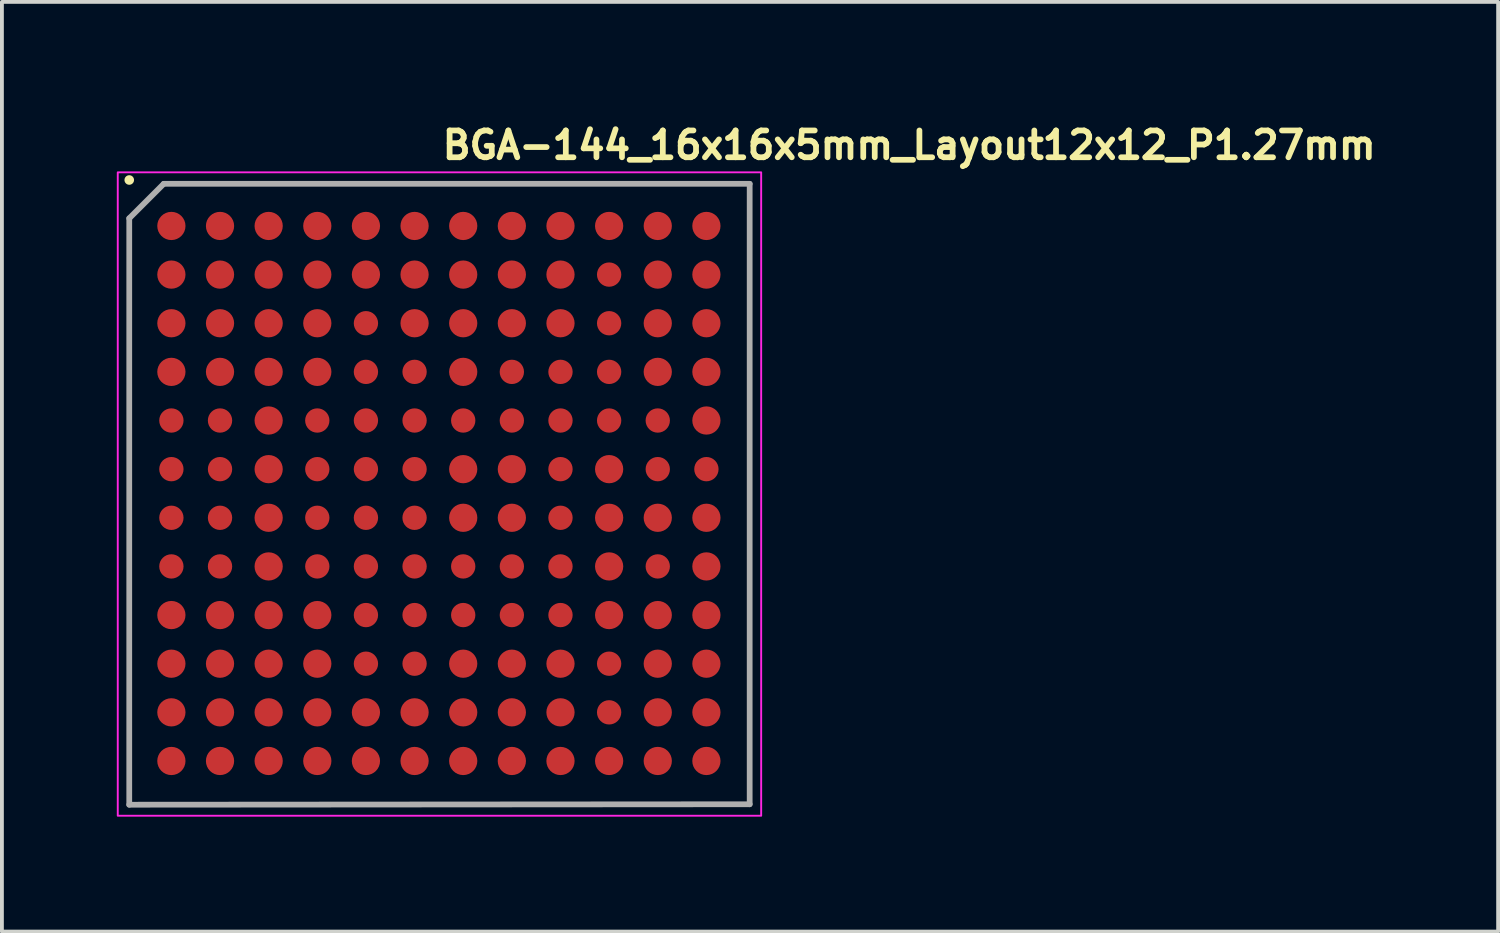
<source format=kicad_pcb>
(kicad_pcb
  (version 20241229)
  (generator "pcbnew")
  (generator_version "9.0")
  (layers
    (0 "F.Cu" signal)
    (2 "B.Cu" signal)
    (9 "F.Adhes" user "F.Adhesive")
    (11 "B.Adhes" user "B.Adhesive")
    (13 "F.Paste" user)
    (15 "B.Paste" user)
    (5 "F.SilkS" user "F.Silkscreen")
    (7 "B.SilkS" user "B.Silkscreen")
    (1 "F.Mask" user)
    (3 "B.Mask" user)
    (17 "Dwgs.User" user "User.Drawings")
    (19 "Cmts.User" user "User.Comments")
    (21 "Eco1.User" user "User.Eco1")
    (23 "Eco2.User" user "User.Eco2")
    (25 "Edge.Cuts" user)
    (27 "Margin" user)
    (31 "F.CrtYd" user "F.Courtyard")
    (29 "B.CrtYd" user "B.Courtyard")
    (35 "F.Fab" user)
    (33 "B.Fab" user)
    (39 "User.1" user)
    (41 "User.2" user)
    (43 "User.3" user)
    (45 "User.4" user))
  (footprint "BGA-144_16x16x5mm_Layout12x12_P1.27mm"
    (layer "F.Cu")
    (at 8.425 9.85)
    (property "Reference" "BGA-144_16x16x5mm_Layout12x12_P1.27mm" (at 0 -8.7 0) (unlocked yes) (layer "F.SilkS") (effects (font (size 0.7 0.7) (thickness 0.15)) (justify left bottom)))
    (attr smd)
    (fp_circle (center -8.1 -8.2) (end -8.1 -8.15) (stroke (width 0.15) (type solid)) (fill yes) (layer "F.SilkS"))
    (fp_rect (start -8.4 -8.4) (end 8.4 8.4) (stroke (width 0.05) (type solid)) (fill no) (layer "F.CrtYd"))
    (fp_line (start -8.1 -7.2) (end -7.2 -8.1) (stroke (width 0.15) (type solid)) (layer "F.Fab"))
    (fp_line (start -8.1 8.112) (end -8.1 -7.2) (stroke (width 0.15) (type solid)) (layer "F.Fab"))
    (fp_line (start -8.1 8.112) (end 8.1 8.1) (stroke (width 0.15) (type solid)) (layer "F.Fab"))
    (fp_line (start -7.2 -8.1) (end 8.1 -8.1) (stroke (width 0.15) (type solid)) (layer "F.Fab"))
    (fp_line (start 8.1 8.1) (end 8.1 -8.1) (stroke (width 0.15) (type solid)) (layer "F.Fab"))
    (fp_rect (start -8.001 -8.001) (end 8.001 8.001) (stroke (width 0.1) (type solid)) (fill no) (layer "User.5"))
    (fp_line (start -8.001 -8.001) (end -8.001 8.001) (stroke (width 0.02) (type solid)) (layer "User.9"))
    (fp_line (start -8.001 8.001) (end 8.001 8.001) (stroke (width 0.02) (type solid)) (layer "User.9"))
    (fp_line (start -6.801 -6.422) (end -6.801 -6.401) (stroke (width 0.02) (type solid)) (layer "User.9"))
    (fp_line (start -6.801 -6.401) (end -6.801 -6.401) (stroke (width 0.02) (type solid)) (layer "User.9"))
    (fp_line (start -6.801 -6.401) (end -6.801 -6.38) (stroke (width 0.02) (type solid)) (layer "User.9"))
    (fp_line (start -6.801 -6.38) (end -6.799 -6.36) (stroke (width 0.02) (type solid)) (layer "User.9"))
    (fp_line (start -6.799 -6.442) (end -6.801 -6.422) (stroke (width 0.02) (type solid)) (layer "User.9"))
    (fp_line (start -6.799 -6.36) (end -6.796 -6.34) (stroke (width 0.02) (type solid)) (layer "User.9"))
    (fp_line (start -6.796 -6.462) (end -6.799 -6.442) (stroke (width 0.02) (type solid)) (layer "User.9"))
    (fp_line (start -6.796 -6.34) (end -6.793 -6.32) (stroke (width 0.02) (type solid)) (layer "User.9"))
    (fp_line (start -6.793 -6.482) (end -6.796 -6.462) (stroke (width 0.02) (type solid)) (layer "User.9"))
    (fp_line (start -6.793 -6.32) (end -6.788 -6.301) (stroke (width 0.02) (type solid)) (layer "User.9"))
    (fp_line (start -6.788 -6.501) (end -6.793 -6.482) (stroke (width 0.02) (type solid)) (layer "User.9"))
    (fp_line (start -6.788 -6.301) (end -6.783 -6.282) (stroke (width 0.02) (type solid)) (layer "User.9"))
    (fp_line (start -6.783 -6.52) (end -6.788 -6.501) (stroke (width 0.02) (type solid)) (layer "User.9"))
    (fp_line (start -6.783 -6.282) (end -6.777 -6.263) (stroke (width 0.02) (type solid)) (layer "User.9"))
    (fp_line (start -6.777 -6.539) (end -6.783 -6.52) (stroke (width 0.02) (type solid)) (layer "User.9"))
    (fp_line (start -6.777 -6.263) (end -6.77 -6.245) (stroke (width 0.02) (type solid)) (layer "User.9"))
    (fp_line (start -6.77 -6.557) (end -6.777 -6.539) (stroke (width 0.02) (type solid)) (layer "User.9"))
    (fp_line (start -6.77 -6.245) (end -6.762 -6.228) (stroke (width 0.02) (type solid)) (layer "User.9"))
    (fp_line (start -6.762 -6.574) (end -6.77 -6.557) (stroke (width 0.02) (type solid)) (layer "User.9"))
    (fp_line (start -6.762 -6.228) (end -6.753 -6.21) (stroke (width 0.02) (type solid)) (layer "User.9"))
    (fp_line (start -6.753 -6.592) (end -6.762 -6.574) (stroke (width 0.02) (type solid)) (layer "User.9"))
    (fp_line (start -6.753 -6.21) (end -6.743 -6.194) (stroke (width 0.02) (type solid)) (layer "User.9"))
    (fp_line (start -6.743 -6.608) (end -6.753 -6.592) (stroke (width 0.02) (type solid)) (layer "User.9"))
    (fp_line (start -6.743 -6.194) (end -6.733 -6.177) (stroke (width 0.02) (type solid)) (layer "User.9"))
    (fp_line (start -6.733 -6.625) (end -6.743 -6.608) (stroke (width 0.02) (type solid)) (layer "User.9"))
    (fp_line (start -6.733 -6.177) (end -6.722 -6.162) (stroke (width 0.02) (type solid)) (layer "User.9"))
    (fp_line (start -6.722 -6.64) (end -6.733 -6.625) (stroke (width 0.02) (type solid)) (layer "User.9"))
    (fp_line (start -6.722 -6.162) (end -6.71 -6.147) (stroke (width 0.02) (type solid)) (layer "User.9"))
    (fp_line (start -6.71 -6.655) (end -6.722 -6.64) (stroke (width 0.02) (type solid)) (layer "User.9"))
    (fp_line (start -6.71 -6.147) (end -6.697 -6.132) (stroke (width 0.02) (type solid)) (layer "User.9"))
    (fp_line (start -6.697 -6.67) (end -6.71 -6.655) (stroke (width 0.02) (type solid)) (layer "User.9"))
    (fp_line (start -6.697 -6.132) (end -6.684 -6.118) (stroke (width 0.02) (type solid)) (layer "User.9"))
    (fp_line (start -6.684 -6.684) (end -6.697 -6.67) (stroke (width 0.02) (type solid)) (layer "User.9"))
    (fp_line (start -6.684 -6.118) (end -6.67 -6.105) (stroke (width 0.02) (type solid)) (layer "User.9"))
    (fp_line (start -6.67 -6.697) (end -6.684 -6.684) (stroke (width 0.02) (type solid)) (layer "User.9"))
    (fp_line (start -6.67 -6.105) (end -6.655 -6.092) (stroke (width 0.02) (type solid)) (layer "User.9"))
    (fp_line (start -6.655 -6.71) (end -6.67 -6.697) (stroke (width 0.02) (type solid)) (layer "User.9"))
    (fp_line (start -6.655 -6.092) (end -6.64 -6.08) (stroke (width 0.02) (type solid)) (layer "User.9"))
    (fp_line (start -6.64 -6.722) (end -6.655 -6.71) (stroke (width 0.02) (type solid)) (layer "User.9"))
    (fp_line (start -6.64 -6.08) (end -6.625 -6.069) (stroke (width 0.02) (type solid)) (layer "User.9"))
    (fp_line (start -6.625 -6.733) (end -6.64 -6.722) (stroke (width 0.02) (type solid)) (layer "User.9"))
    (fp_line (start -6.625 -6.069) (end -6.608 -6.059) (stroke (width 0.02) (type solid)) (layer "User.9"))
    (fp_line (start -6.608 -6.743) (end -6.625 -6.733) (stroke (width 0.02) (type solid)) (layer "User.9"))
    (fp_line (start -6.608 -6.059) (end -6.592 -6.049) (stroke (width 0.02) (type solid)) (layer "User.9"))
    (fp_line (start -6.592 -6.753) (end -6.608 -6.743) (stroke (width 0.02) (type solid)) (layer "User.9"))
    (fp_line (start -6.592 -6.049) (end -6.574 -6.04) (stroke (width 0.02) (type solid)) (layer "User.9"))
    (fp_line (start -6.574 -6.762) (end -6.592 -6.753) (stroke (width 0.02) (type solid)) (layer "User.9"))
    (fp_line (start -6.574 -6.04) (end -6.557 -6.032) (stroke (width 0.02) (type solid)) (layer "User.9"))
    (fp_line (start -6.557 -6.77) (end -6.574 -6.762) (stroke (width 0.02) (type solid)) (layer "User.9"))
    (fp_line (start -6.557 -6.032) (end -6.539 -6.025) (stroke (width 0.02) (type solid)) (layer "User.9"))
    (fp_line (start -6.539 -6.777) (end -6.557 -6.77) (stroke (width 0.02) (type solid)) (layer "User.9"))
    (fp_line (start -6.539 -6.025) (end -6.52 -6.019) (stroke (width 0.02) (type solid)) (layer "User.9"))
    (fp_line (start -6.52 -6.783) (end -6.539 -6.777) (stroke (width 0.02) (type solid)) (layer "User.9"))
    (fp_line (start -6.52 -6.019) (end -6.501 -6.014) (stroke (width 0.02) (type solid)) (layer "User.9"))
    (fp_line (start -6.501 -6.788) (end -6.52 -6.783) (stroke (width 0.02) (type solid)) (layer "User.9"))
    (fp_line (start -6.501 -6.014) (end -6.482 -6.009) (stroke (width 0.02) (type solid)) (layer "User.9"))
    (fp_line (start -6.482 -6.793) (end -6.501 -6.788) (stroke (width 0.02) (type solid)) (layer "User.9"))
    (fp_line (start -6.482 -6.009) (end -6.462 -6.006) (stroke (width 0.02) (type solid)) (layer "User.9"))
    (fp_line (start -6.462 -6.796) (end -6.482 -6.793) (stroke (width 0.02) (type solid)) (layer "User.9"))
    (fp_line (start -6.462 -6.006) (end -6.442 -6.003) (stroke (width 0.02) (type solid)) (layer "User.9"))
    (fp_line (start -6.442 -6.799) (end -6.462 -6.796) (stroke (width 0.02) (type solid)) (layer "User.9"))
    (fp_line (start -6.442 -6.003) (end -6.422 -6.001) (stroke (width 0.02) (type solid)) (layer "User.9"))
    (fp_line (start -6.422 -6.801) (end -6.442 -6.799) (stroke (width 0.02) (type solid)) (layer "User.9"))
    (fp_line (start -6.422 -6.001) (end -6.401 -6.001) (stroke (width 0.02) (type solid)) (layer "User.9"))
    (fp_line (start -6.401 -6.801) (end -6.422 -6.801) (stroke (width 0.02) (type solid)) (layer "User.9"))
    (fp_line (start -6.401 -6.801) (end -6.401 -6.801) (stroke (width 0.02) (type solid)) (layer "User.9"))
    (fp_line (start -6.401 -6.801) (end -6.401 -6.801) (stroke (width 0.02) (type solid)) (layer "User.9"))
    (fp_line (start -6.401 -6.001) (end -6.401 -6.001) (stroke (width 0.02) (type solid)) (layer "User.9"))
    (fp_line (start -6.401 -6.001) (end -6.38 -6.001) (stroke (width 0.02) (type solid)) (layer "User.9"))
    (fp_line (start -6.38 -6.801) (end -6.401 -6.801) (stroke (width 0.02) (type solid)) (layer "User.9"))
    (fp_line (start -6.38 -6.001) (end -6.36 -6.003) (stroke (width 0.02) (type solid)) (layer "User.9"))
    (fp_line (start -6.36 -6.799) (end -6.38 -6.801) (stroke (width 0.02) (type solid)) (layer "User.9"))
    (fp_line (start -6.36 -6.003) (end -6.34 -6.006) (stroke (width 0.02) (type solid)) (layer "User.9"))
    (fp_line (start -6.34 -6.796) (end -6.36 -6.799) (stroke (width 0.02) (type solid)) (layer "User.9"))
    (fp_line (start -6.34 -6.006) (end -6.32 -6.009) (stroke (width 0.02) (type solid)) (layer "User.9"))
    (fp_line (start -6.32 -6.793) (end -6.34 -6.796) (stroke (width 0.02) (type solid)) (layer "User.9"))
    (fp_line (start -6.32 -6.009) (end -6.301 -6.014) (stroke (width 0.02) (type solid)) (layer "User.9"))
    (fp_line (start -6.301 -6.788) (end -6.32 -6.793) (stroke (width 0.02) (type solid)) (layer "User.9"))
    (fp_line (start -6.301 -6.014) (end -6.282 -6.019) (stroke (width 0.02) (type solid)) (layer "User.9"))
    (fp_line (start -6.282 -6.783) (end -6.301 -6.788) (stroke (width 0.02) (type solid)) (layer "User.9"))
    (fp_line (start -6.282 -6.019) (end -6.263 -6.025) (stroke (width 0.02) (type solid)) (layer "User.9"))
    (fp_line (start -6.263 -6.777) (end -6.282 -6.783) (stroke (width 0.02) (type solid)) (layer "User.9"))
    (fp_line (start -6.263 -6.025) (end -6.245 -6.032) (stroke (width 0.02) (type solid)) (layer "User.9"))
    (fp_line (start -6.245 -6.77) (end -6.263 -6.777) (stroke (width 0.02) (type solid)) (layer "User.9"))
    (fp_line (start -6.245 -6.032) (end -6.228 -6.04) (stroke (width 0.02) (type solid)) (layer "User.9"))
    (fp_line (start -6.228 -6.762) (end -6.245 -6.77) (stroke (width 0.02) (type solid)) (layer "User.9"))
    (fp_line (start -6.228 -6.04) (end -6.21 -6.049) (stroke (width 0.02) (type solid)) (layer "User.9"))
    (fp_line (start -6.21 -6.753) (end -6.228 -6.762) (stroke (width 0.02) (type solid)) (layer "User.9"))
    (fp_line (start -6.21 -6.049) (end -6.194 -6.059) (stroke (width 0.02) (type solid)) (layer "User.9"))
    (fp_line (start -6.194 -6.743) (end -6.21 -6.753) (stroke (width 0.02) (type solid)) (layer "User.9"))
    (fp_line (start -6.194 -6.059) (end -6.177 -6.069) (stroke (width 0.02) (type solid)) (layer "User.9"))
    (fp_line (start -6.177 -6.733) (end -6.194 -6.743) (stroke (width 0.02) (type solid)) (layer "User.9"))
    (fp_line (start -6.177 -6.069) (end -6.162 -6.08) (stroke (width 0.02) (type solid)) (layer "User.9"))
    (fp_line (start -6.162 -6.722) (end -6.177 -6.733) (stroke (width 0.02) (type solid)) (layer "User.9"))
    (fp_line (start -6.162 -6.08) (end -6.147 -6.092) (stroke (width 0.02) (type solid)) (layer "User.9"))
    (fp_line (start -6.147 -6.71) (end -6.162 -6.722) (stroke (width 0.02) (type solid)) (layer "User.9"))
    (fp_line (start -6.147 -6.092) (end -6.132 -6.105) (stroke (width 0.02) (type solid)) (layer "User.9"))
    (fp_line (start -6.132 -6.697) (end -6.147 -6.71) (stroke (width 0.02) (type solid)) (layer "User.9"))
    (fp_line (start -6.132 -6.105) (end -6.118 -6.118) (stroke (width 0.02) (type solid)) (layer "User.9"))
    (fp_line (start -6.118 -6.684) (end -6.132 -6.697) (stroke (width 0.02) (type solid)) (layer "User.9"))
    (fp_line (start -6.118 -6.118) (end -6.105 -6.132) (stroke (width 0.02) (type solid)) (layer "User.9"))
    (fp_line (start -6.105 -6.67) (end -6.118 -6.684) (stroke (width 0.02) (type solid)) (layer "User.9"))
    (fp_line (start -6.105 -6.132) (end -6.092 -6.147) (stroke (width 0.02) (type solid)) (layer "User.9"))
    (fp_line (start -6.092 -6.655) (end -6.105 -6.67) (stroke (width 0.02) (type solid)) (layer "User.9"))
    (fp_line (start -6.092 -6.147) (end -6.08 -6.162) (stroke (width 0.02) (type solid)) (layer "User.9"))
    (fp_line (start -6.08 -6.64) (end -6.092 -6.655) (stroke (width 0.02) (type solid)) (layer "User.9"))
    (fp_line (start -6.08 -6.162) (end -6.069 -6.177) (stroke (width 0.02) (type solid)) (layer "User.9"))
    (fp_line (start -6.069 -6.625) (end -6.08 -6.64) (stroke (width 0.02) (type solid)) (layer "User.9"))
    (fp_line (start -6.069 -6.177) (end -6.059 -6.194) (stroke (width 0.02) (type solid)) (layer "User.9"))
    (fp_line (start -6.059 -6.608) (end -6.069 -6.625) (stroke (width 0.02) (type solid)) (layer "User.9"))
    (fp_line (start -6.059 -6.194) (end -6.049 -6.21) (stroke (width 0.02) (type solid)) (layer "User.9"))
    (fp_line (start -6.049 -6.592) (end -6.059 -6.608) (stroke (width 0.02) (type solid)) (layer "User.9"))
    (fp_line (start -6.049 -6.21) (end -6.04 -6.228) (stroke (width 0.02) (type solid)) (layer "User.9"))
    (fp_line (start -6.04 -6.574) (end -6.049 -6.592) (stroke (width 0.02) (type solid)) (layer "User.9"))
    (fp_line (start -6.04 -6.228) (end -6.032 -6.245) (stroke (width 0.02) (type solid)) (layer "User.9"))
    (fp_line (start -6.032 -6.557) (end -6.04 -6.574) (stroke (width 0.02) (type solid)) (layer "User.9"))
    (fp_line (start -6.032 -6.245) (end -6.025 -6.263) (stroke (width 0.02) (type solid)) (layer "User.9"))
    (fp_line (start -6.025 -6.539) (end -6.032 -6.557) (stroke (width 0.02) (type solid)) (layer "User.9"))
    (fp_line (start -6.025 -6.263) (end -6.019 -6.282) (stroke (width 0.02) (type solid)) (layer "User.9"))
    (fp_line (start -6.019 -6.52) (end -6.025 -6.539) (stroke (width 0.02) (type solid)) (layer "User.9"))
    (fp_line (start -6.019 -6.282) (end -6.014 -6.301) (stroke (width 0.02) (type solid)) (layer "User.9"))
    (fp_line (start -6.014 -6.501) (end -6.019 -6.52) (stroke (width 0.02) (type solid)) (layer "User.9"))
    (fp_line (start -6.014 -6.301) (end -6.009 -6.32) (stroke (width 0.02) (type solid)) (layer "User.9"))
    (fp_line (start -6.009 -6.482) (end -6.014 -6.501) (stroke (width 0.02) (type solid)) (layer "User.9"))
    (fp_line (start -6.009 -6.32) (end -6.006 -6.34) (stroke (width 0.02) (type solid)) (layer "User.9"))
    (fp_line (start -6.006 -6.462) (end -6.009 -6.482) (stroke (width 0.02) (type solid)) (layer "User.9"))
    (fp_line (start -6.006 -6.34) (end -6.003 -6.36) (stroke (width 0.02) (type solid)) (layer "User.9"))
    (fp_line (start -6.003 -6.442) (end -6.006 -6.462) (stroke (width 0.02) (type solid)) (layer "User.9"))
    (fp_line (start -6.003 -6.36) (end -6.001 -6.38) (stroke (width 0.02) (type solid)) (layer "User.9"))
    (fp_line (start -6.001 -6.422) (end -6.003 -6.442) (stroke (width 0.02) (type solid)) (layer "User.9"))
    (fp_line (start -6.001 -6.401) (end -6.001 -6.422) (stroke (width 0.02) (type solid)) (layer "User.9"))
    (fp_line (start -6.001 -6.401) (end -6.001 -6.401) (stroke (width 0.02) (type solid)) (layer "User.9"))
    (fp_line (start -6.001 -6.38) (end -6.001 -6.401) (stroke (width 0.02) (type solid)) (layer "User.9"))
    (fp_line (start 8.001 -8.001) (end -8.001 -8.001) (stroke (width 0.02) (type solid)) (layer "User.9"))
    (fp_line (start 8.001 8.001) (end 8.001 -8.001) (stroke (width 0.02) (type solid)) (layer "User.9"))
    (pad "A1" smd circle (at -7 -7 270) (size 0.737 0.737) (layers "F.Cu" "F.Mask" "F.Paste"))
    (pad "A2" smd circle (at -5.73 -7 270) (size 0.737 0.737) (layers "F.Cu" "F.Mask" "F.Paste"))
    (pad "A3" smd circle (at -4.46 -7 270) (size 0.737 0.737) (layers "F.Cu" "F.Mask" "F.Paste"))
    (pad "A4" smd circle (at -3.19 -7 270) (size 0.737 0.737) (layers "F.Cu" "F.Mask" "F.Paste"))
    (pad "A5" smd circle (at -1.92 -7 270) (size 0.737 0.737) (layers "F.Cu" "F.Mask" "F.Paste"))
    (pad "A6" smd circle (at -0.65 -7 270) (size 0.737 0.737) (layers "F.Cu" "F.Mask" "F.Paste"))
    (pad "A7" smd circle (at 0.62 -7 270) (size 0.737 0.737) (layers "F.Cu" "F.Mask" "F.Paste"))
    (pad "A8" smd circle (at 1.89 -7 270) (size 0.737 0.737) (layers "F.Cu" "F.Mask" "F.Paste"))
    (pad "A9" smd circle (at 3.16 -7 270) (size 0.737 0.737) (layers "F.Cu" "F.Mask" "F.Paste"))
    (pad "A10" smd circle (at 4.43 -7 270) (size 0.737 0.737) (layers "F.Cu" "F.Mask" "F.Paste"))
    (pad "A11" smd circle (at 5.7 -7 270) (size 0.737 0.737) (layers "F.Cu" "F.Mask" "F.Paste"))
    (pad "A12" smd circle (at 6.97 -7 270) (size 0.737 0.737) (layers "F.Cu" "F.Mask" "F.Paste"))
    (pad "B1" smd circle (at -7 -5.73 270) (size 0.737 0.737) (layers "F.Cu" "F.Mask" "F.Paste"))
    (pad "B2" smd circle (at -5.73 -5.73 270) (size 0.737 0.737) (layers "F.Cu" "F.Mask" "F.Paste"))
    (pad "B3" smd circle (at -4.46 -5.73 270) (size 0.737 0.737) (layers "F.Cu" "F.Mask" "F.Paste"))
    (pad "B4" smd circle (at -3.19 -5.73 270) (size 0.737 0.737) (layers "F.Cu" "F.Mask" "F.Paste"))
    (pad "B5" smd circle (at -1.92 -5.73 270) (size 0.737 0.737) (layers "F.Cu" "F.Mask" "F.Paste"))
    (pad "B6" smd circle (at -0.65 -5.73 270) (size 0.737 0.737) (layers "F.Cu" "F.Mask" "F.Paste"))
    (pad "B7" smd circle (at 0.62 -5.73 270) (size 0.737 0.737) (layers "F.Cu" "F.Mask" "F.Paste"))
    (pad "B8" smd circle (at 1.89 -5.73 270) (size 0.737 0.737) (layers "F.Cu" "F.Mask" "F.Paste"))
    (pad "B9" smd circle (at 3.16 -5.73 270) (size 0.737 0.737) (layers "F.Cu" "F.Mask" "F.Paste"))
    (pad "B10" smd circle (at 4.43 -5.73 270) (size 0.635 0.635) (layers "F.Cu" "F.Mask" "F.Paste"))
    (pad "B11" smd circle (at 5.7 -5.73 270) (size 0.737 0.737) (layers "F.Cu" "F.Mask" "F.Paste"))
    (pad "B12" smd circle (at 6.97 -5.73 270) (size 0.737 0.737) (layers "F.Cu" "F.Mask" "F.Paste"))
    (pad "C1" smd circle (at -7 -4.46 270) (size 0.737 0.737) (layers "F.Cu" "F.Mask" "F.Paste"))
    (pad "C2" smd circle (at -5.73 -4.46 270) (size 0.737 0.737) (layers "F.Cu" "F.Mask" "F.Paste"))
    (pad "C3" smd circle (at -4.46 -4.46 270) (size 0.737 0.737) (layers "F.Cu" "F.Mask" "F.Paste"))
    (pad "C4" smd circle (at -3.19 -4.46 270) (size 0.737 0.737) (layers "F.Cu" "F.Mask" "F.Paste"))
    (pad "C5" smd circle (at -1.92 -4.46 270) (size 0.635 0.635) (layers "F.Cu" "F.Mask" "F.Paste"))
    (pad "C6" smd circle (at -0.65 -4.46 270) (size 0.737 0.737) (layers "F.Cu" "F.Mask" "F.Paste"))
    (pad "C7" smd circle (at 0.62 -4.46 270) (size 0.737 0.737) (layers "F.Cu" "F.Mask" "F.Paste"))
    (pad "C8" smd circle (at 1.89 -4.46 270) (size 0.737 0.737) (layers "F.Cu" "F.Mask" "F.Paste"))
    (pad "C9" smd circle (at 3.16 -4.46 270) (size 0.737 0.737) (layers "F.Cu" "F.Mask" "F.Paste"))
    (pad "C10" smd circle (at 4.43 -4.46 270) (size 0.635 0.635) (layers "F.Cu" "F.Mask" "F.Paste"))
    (pad "C11" smd circle (at 5.7 -4.46 270) (size 0.737 0.737) (layers "F.Cu" "F.Mask" "F.Paste"))
    (pad "C12" smd circle (at 6.97 -4.46 270) (size 0.737 0.737) (layers "F.Cu" "F.Mask" "F.Paste"))
    (pad "D1" smd circle (at -7 -3.19 270) (size 0.737 0.737) (layers "F.Cu" "F.Mask" "F.Paste"))
    (pad "D2" smd circle (at -5.73 -3.19 270) (size 0.737 0.737) (layers "F.Cu" "F.Mask" "F.Paste"))
    (pad "D3" smd circle (at -4.46 -3.19 270) (size 0.737 0.737) (layers "F.Cu" "F.Mask" "F.Paste"))
    (pad "D4" smd circle (at -3.19 -3.19 270) (size 0.737 0.737) (layers "F.Cu" "F.Mask" "F.Paste"))
    (pad "D5" smd circle (at -1.92 -3.19 270) (size 0.635 0.635) (layers "F.Cu" "F.Mask" "F.Paste"))
    (pad "D6" smd circle (at -0.65 -3.19 270) (size 0.635 0.635) (layers "F.Cu" "F.Mask" "F.Paste"))
    (pad "D7" smd circle (at 0.62 -3.19 270) (size 0.737 0.737) (layers "F.Cu" "F.Mask" "F.Paste"))
    (pad "D8" smd circle (at 1.89 -3.19 270) (size 0.635 0.635) (layers "F.Cu" "F.Mask" "F.Paste"))
    (pad "D9" smd circle (at 3.16 -3.19 270) (size 0.635 0.635) (layers "F.Cu" "F.Mask" "F.Paste"))
    (pad "D10" smd circle (at 4.43 -3.19 270) (size 0.635 0.635) (layers "F.Cu" "F.Mask" "F.Paste"))
    (pad "D11" smd circle (at 5.7 -3.19 270) (size 0.737 0.737) (layers "F.Cu" "F.Mask" "F.Paste"))
    (pad "D12" smd circle (at 6.97 -3.19 270) (size 0.737 0.737) (layers "F.Cu" "F.Mask" "F.Paste"))
    (pad "E1" smd circle (at -7 -1.92 270) (size 0.635 0.635) (layers "F.Cu" "F.Mask" "F.Paste"))
    (pad "E2" smd circle (at -5.73 -1.92 270) (size 0.635 0.635) (layers "F.Cu" "F.Mask" "F.Paste"))
    (pad "E3" smd circle (at -4.46 -1.92 270) (size 0.737 0.737) (layers "F.Cu" "F.Mask" "F.Paste"))
    (pad "E4" smd circle (at -3.19 -1.92 270) (size 0.635 0.635) (layers "F.Cu" "F.Mask" "F.Paste"))
    (pad "E5" smd circle (at -1.92 -1.92 270) (size 0.635 0.635) (layers "F.Cu" "F.Mask" "F.Paste"))
    (pad "E6" smd circle (at -0.65 -1.92 270) (size 0.635 0.635) (layers "F.Cu" "F.Mask" "F.Paste"))
    (pad "E7" smd circle (at 0.62 -1.92 270) (size 0.635 0.635) (layers "F.Cu" "F.Mask" "F.Paste"))
    (pad "E8" smd circle (at 1.89 -1.92 270) (size 0.635 0.635) (layers "F.Cu" "F.Mask" "F.Paste"))
    (pad "E9" smd circle (at 3.16 -1.92 270) (size 0.635 0.635) (layers "F.Cu" "F.Mask" "F.Paste"))
    (pad "E10" smd circle (at 4.43 -1.92 270) (size 0.635 0.635) (layers "F.Cu" "F.Mask" "F.Paste"))
    (pad "E11" smd circle (at 5.7 -1.92 270) (size 0.635 0.635) (layers "F.Cu" "F.Mask" "F.Paste"))
    (pad "E12" smd circle (at 6.97 -1.92 270) (size 0.737 0.737) (layers "F.Cu" "F.Mask" "F.Paste"))
    (pad "F1" smd circle (at -7 -0.65 270) (size 0.635 0.635) (layers "F.Cu" "F.Mask" "F.Paste"))
    (pad "F2" smd circle (at -5.73 -0.65 270) (size 0.635 0.635) (layers "F.Cu" "F.Mask" "F.Paste"))
    (pad "F3" smd circle (at -4.46 -0.65 270) (size 0.737 0.737) (layers "F.Cu" "F.Mask" "F.Paste"))
    (pad "F4" smd circle (at -3.19 -0.65 270) (size 0.635 0.635) (layers "F.Cu" "F.Mask" "F.Paste"))
    (pad "F5" smd circle (at -1.92 -0.65 270) (size 0.635 0.635) (layers "F.Cu" "F.Mask" "F.Paste"))
    (pad "F6" smd circle (at -0.65 -0.65 270) (size 0.635 0.635) (layers "F.Cu" "F.Mask" "F.Paste"))
    (pad "F7" smd circle (at 0.62 -0.65 270) (size 0.737 0.737) (layers "F.Cu" "F.Mask" "F.Paste"))
    (pad "F8" smd circle (at 1.89 -0.65 270) (size 0.737 0.737) (layers "F.Cu" "F.Mask" "F.Paste"))
    (pad "F9" smd circle (at 3.16 -0.65 270) (size 0.635 0.635) (layers "F.Cu" "F.Mask" "F.Paste"))
    (pad "F10" smd circle (at 4.43 -0.65 270) (size 0.737 0.737) (layers "F.Cu" "F.Mask" "F.Paste"))
    (pad "F11" smd circle (at 5.7 -0.65 270) (size 0.635 0.635) (layers "F.Cu" "F.Mask" "F.Paste"))
    (pad "F12" smd circle (at 6.97 -0.65 270) (size 0.635 0.635) (layers "F.Cu" "F.Mask" "F.Paste"))
    (pad "G1" smd circle (at -7 0.62 270) (size 0.635 0.635) (layers "F.Cu" "F.Mask" "F.Paste"))
    (pad "G2" smd circle (at -5.73 0.62 270) (size 0.635 0.635) (layers "F.Cu" "F.Mask" "F.Paste"))
    (pad "G3" smd circle (at -4.46 0.62 270) (size 0.737 0.737) (layers "F.Cu" "F.Mask" "F.Paste"))
    (pad "G4" smd circle (at -3.19 0.62 270) (size 0.635 0.635) (layers "F.Cu" "F.Mask" "F.Paste"))
    (pad "G5" smd circle (at -1.92 0.62 270) (size 0.635 0.635) (layers "F.Cu" "F.Mask" "F.Paste"))
    (pad "G6" smd circle (at -0.65 0.62 270) (size 0.635 0.635) (layers "F.Cu" "F.Mask" "F.Paste"))
    (pad "G7" smd circle (at 0.62 0.62 270) (size 0.737 0.737) (layers "F.Cu" "F.Mask" "F.Paste"))
    (pad "G8" smd circle (at 1.89 0.62 270) (size 0.737 0.737) (layers "F.Cu" "F.Mask" "F.Paste"))
    (pad "G9" smd circle (at 3.16 0.62 270) (size 0.635 0.635) (layers "F.Cu" "F.Mask" "F.Paste"))
    (pad "G10" smd circle (at 4.43 0.62 270) (size 0.737 0.737) (layers "F.Cu" "F.Mask" "F.Paste"))
    (pad "G11" smd circle (at 5.7 0.62 270) (size 0.737 0.737) (layers "F.Cu" "F.Mask" "F.Paste"))
    (pad "G12" smd circle (at 6.97 0.62 270) (size 0.737 0.737) (layers "F.Cu" "F.Mask" "F.Paste"))
    (pad "H1" smd circle (at -7 1.89 270) (size 0.635 0.635) (layers "F.Cu" "F.Mask" "F.Paste"))
    (pad "H2" smd circle (at -5.73 1.89 270) (size 0.635 0.635) (layers "F.Cu" "F.Mask" "F.Paste"))
    (pad "H3" smd circle (at -4.46 1.89 270) (size 0.737 0.737) (layers "F.Cu" "F.Mask" "F.Paste"))
    (pad "H4" smd circle (at -3.19 1.89 270) (size 0.635 0.635) (layers "F.Cu" "F.Mask" "F.Paste"))
    (pad "H5" smd circle (at -1.92 1.89 270) (size 0.635 0.635) (layers "F.Cu" "F.Mask" "F.Paste"))
    (pad "H6" smd circle (at -0.65 1.89 270) (size 0.635 0.635) (layers "F.Cu" "F.Mask" "F.Paste"))
    (pad "H7" smd circle (at 0.62 1.89 270) (size 0.635 0.635) (layers "F.Cu" "F.Mask" "F.Paste"))
    (pad "H8" smd circle (at 1.89 1.89 270) (size 0.635 0.635) (layers "F.Cu" "F.Mask" "F.Paste"))
    (pad "H9" smd circle (at 3.16 1.89 270) (size 0.635 0.635) (layers "F.Cu" "F.Mask" "F.Paste"))
    (pad "H10" smd circle (at 4.43 1.89 270) (size 0.737 0.737) (layers "F.Cu" "F.Mask" "F.Paste"))
    (pad "H11" smd circle (at 5.7 1.89 270) (size 0.635 0.635) (layers "F.Cu" "F.Mask" "F.Paste"))
    (pad "H12" smd circle (at 6.97 1.89 270) (size 0.737 0.737) (layers "F.Cu" "F.Mask" "F.Paste"))
    (pad "J1" smd circle (at -7 3.16 270) (size 0.737 0.737) (layers "F.Cu" "F.Mask" "F.Paste"))
    (pad "J2" smd circle (at -5.73 3.16 270) (size 0.737 0.737) (layers "F.Cu" "F.Mask" "F.Paste"))
    (pad "J3" smd circle (at -4.46 3.16 270) (size 0.737 0.737) (layers "F.Cu" "F.Mask" "F.Paste"))
    (pad "J4" smd circle (at -3.19 3.16 270) (size 0.737 0.737) (layers "F.Cu" "F.Mask" "F.Paste"))
    (pad "J5" smd circle (at -1.92 3.16 270) (size 0.635 0.635) (layers "F.Cu" "F.Mask" "F.Paste"))
    (pad "J6" smd circle (at -0.65 3.16 270) (size 0.635 0.635) (layers "F.Cu" "F.Mask" "F.Paste"))
    (pad "J7" smd circle (at 0.62 3.16 270) (size 0.635 0.635) (layers "F.Cu" "F.Mask" "F.Paste"))
    (pad "J8" smd circle (at 1.89 3.16 270) (size 0.635 0.635) (layers "F.Cu" "F.Mask" "F.Paste"))
    (pad "J9" smd circle (at 3.16 3.16 270) (size 0.635 0.635) (layers "F.Cu" "F.Mask" "F.Paste"))
    (pad "J10" smd circle (at 4.43 3.16 270) (size 0.737 0.737) (layers "F.Cu" "F.Mask" "F.Paste"))
    (pad "J11" smd circle (at 5.7 3.16 270) (size 0.737 0.737) (layers "F.Cu" "F.Mask" "F.Paste"))
    (pad "J12" smd circle (at 6.97 3.16 270) (size 0.737 0.737) (layers "F.Cu" "F.Mask" "F.Paste"))
    (pad "K1" smd circle (at -7 4.43 270) (size 0.737 0.737) (layers "F.Cu" "F.Mask" "F.Paste"))
    (pad "K2" smd circle (at -5.73 4.43 270) (size 0.737 0.737) (layers "F.Cu" "F.Mask" "F.Paste"))
    (pad "K3" smd circle (at -4.46 4.43 270) (size 0.737 0.737) (layers "F.Cu" "F.Mask" "F.Paste"))
    (pad "K4" smd circle (at -3.19 4.43 270) (size 0.737 0.737) (layers "F.Cu" "F.Mask" "F.Paste"))
    (pad "K5" smd circle (at -1.92 4.43 270) (size 0.635 0.635) (layers "F.Cu" "F.Mask" "F.Paste"))
    (pad "K6" smd circle (at -0.65 4.43 270) (size 0.635 0.635) (layers "F.Cu" "F.Mask" "F.Paste"))
    (pad "K7" smd circle (at 0.62 4.43 270) (size 0.737 0.737) (layers "F.Cu" "F.Mask" "F.Paste"))
    (pad "K8" smd circle (at 1.89 4.43 270) (size 0.737 0.737) (layers "F.Cu" "F.Mask" "F.Paste"))
    (pad "K9" smd circle (at 3.16 4.43 270) (size 0.737 0.737) (layers "F.Cu" "F.Mask" "F.Paste"))
    (pad "K10" smd circle (at 4.43 4.43 270) (size 0.635 0.635) (layers "F.Cu" "F.Mask" "F.Paste"))
    (pad "K11" smd circle (at 5.7 4.43 270) (size 0.737 0.737) (layers "F.Cu" "F.Mask" "F.Paste"))
    (pad "K12" smd circle (at 6.97 4.43 270) (size 0.737 0.737) (layers "F.Cu" "F.Mask" "F.Paste"))
    (pad "L1" smd circle (at -7 5.7 270) (size 0.737 0.737) (layers "F.Cu" "F.Mask" "F.Paste"))
    (pad "L2" smd circle (at -5.73 5.7 270) (size 0.737 0.737) (layers "F.Cu" "F.Mask" "F.Paste"))
    (pad "L3" smd circle (at -4.46 5.7 270) (size 0.737 0.737) (layers "F.Cu" "F.Mask" "F.Paste"))
    (pad "L4" smd circle (at -3.19 5.7 270) (size 0.737 0.737) (layers "F.Cu" "F.Mask" "F.Paste"))
    (pad "L5" smd circle (at -1.92 5.7 270) (size 0.737 0.737) (layers "F.Cu" "F.Mask" "F.Paste"))
    (pad "L6" smd circle (at -0.65 5.7 270) (size 0.737 0.737) (layers "F.Cu" "F.Mask" "F.Paste"))
    (pad "L7" smd circle (at 0.62 5.7 270) (size 0.737 0.737) (layers "F.Cu" "F.Mask" "F.Paste"))
    (pad "L8" smd circle (at 1.89 5.7 270) (size 0.737 0.737) (layers "F.Cu" "F.Mask" "F.Paste"))
    (pad "L9" smd circle (at 3.16 5.7 270) (size 0.737 0.737) (layers "F.Cu" "F.Mask" "F.Paste"))
    (pad "L10" smd circle (at 4.43 5.7 270) (size 0.635 0.635) (layers "F.Cu" "F.Mask" "F.Paste"))
    (pad "L11" smd circle (at 5.7 5.7 270) (size 0.737 0.737) (layers "F.Cu" "F.Mask" "F.Paste"))
    (pad "L12" smd circle (at 6.97 5.7 270) (size 0.737 0.737) (layers "F.Cu" "F.Mask" "F.Paste"))
    (pad "M1" smd circle (at -7 6.97 270) (size 0.737 0.737) (layers "F.Cu" "F.Mask" "F.Paste"))
    (pad "M2" smd circle (at -5.73 6.97 270) (size 0.737 0.737) (layers "F.Cu" "F.Mask" "F.Paste"))
    (pad "M3" smd circle (at -4.46 6.97 270) (size 0.737 0.737) (layers "F.Cu" "F.Mask" "F.Paste"))
    (pad "M4" smd circle (at -3.19 6.97 270) (size 0.737 0.737) (layers "F.Cu" "F.Mask" "F.Paste"))
    (pad "M5" smd circle (at -1.92 6.97 270) (size 0.737 0.737) (layers "F.Cu" "F.Mask" "F.Paste"))
    (pad "M6" smd circle (at -0.65 6.97 270) (size 0.737 0.737) (layers "F.Cu" "F.Mask" "F.Paste"))
    (pad "M7" smd circle (at 0.62 6.97 270) (size 0.737 0.737) (layers "F.Cu" "F.Mask" "F.Paste"))
    (pad "M8" smd circle (at 1.89 6.97 270) (size 0.737 0.737) (layers "F.Cu" "F.Mask" "F.Paste"))
    (pad "M9" smd circle (at 3.16 6.97 270) (size 0.737 0.737) (layers "F.Cu" "F.Mask" "F.Paste"))
    (pad "M10" smd circle (at 4.43 6.97 270) (size 0.737 0.737) (layers "F.Cu" "F.Mask" "F.Paste"))
    (pad "M11" smd circle (at 5.7 6.97 270) (size 0.737 0.737) (layers "F.Cu" "F.Mask" "F.Paste"))
    (pad "M12" smd circle (at 6.97 6.97 270) (size 0.737 0.737) (layers "F.Cu" "F.Mask" "F.Paste")))
  (gr_rect
    (start -3 -3)
    (end 36.068 21.275)
    (stroke (width 0.1) (type default))
    (fill no)
    (layer "Edge.Cuts")))
</source>
